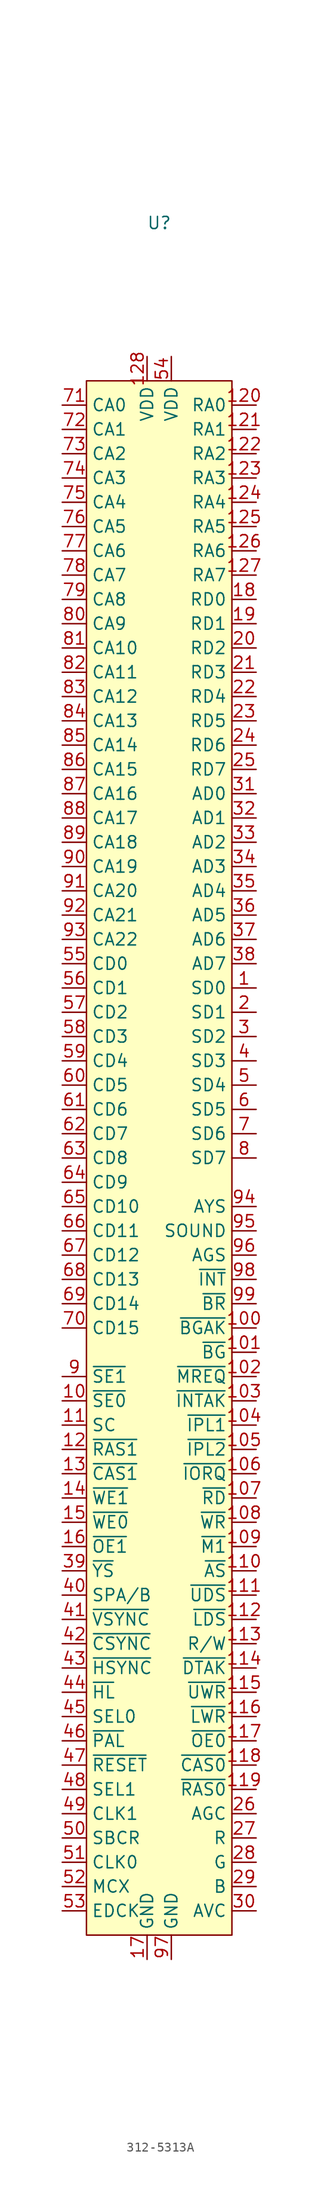
<source format=kicad_sym>
(kicad_symbol_lib
  (version 20220914)
  (generator kicad_symbol_editor)
  (symbol "312-5313A"
    (property "Reference" "U"
      (at 0 19.05 0)
      (effects (font (size 1.27 1.27))))
    (property "Value" ""
      (at 10.16 -60.96 0)
      (effects (font (size 1.27 1.27))))
    (symbol "312-5313A_0_0"
      (pin unspecified line (at 10.16 -60.96 180) (length 2.54) (name "SD0" (effects (font (size 1.27 1.27)))) (number "1" (effects (font (size 1.27 1.27)))))
      (pin unspecified line (at -10.16 -104.14 0) (length 2.54) (name "~{SE0}" (effects (font (size 1.27 1.27)))) (number "10" (effects (font (size 1.27 1.27)))))
      (pin unspecified line (at 10.16 -96.52 180) (length 2.54) (name "~{BGAK}" (effects (font (size 1.27 1.27)))) (number "100" (effects (font (size 1.27 1.27)))))
      (pin unspecified line (at 10.16 -99.06 180) (length 2.54) (name "~{BG}" (effects (font (size 1.27 1.27)))) (number "101" (effects (font (size 1.27 1.27)))))
      (pin unspecified line (at 10.16 -101.6 180) (length 2.54) (name "~{MREQ}" (effects (font (size 1.27 1.27)))) (number "102" (effects (font (size 1.27 1.27)))))
      (pin unspecified line (at 10.16 -104.14 180) (length 2.54) (name "~{INTAK}" (effects (font (size 1.27 1.27)))) (number "103" (effects (font (size 1.27 1.27)))))
      (pin unspecified line (at 10.16 -106.68 180) (length 2.54) (name "~{IPL1}" (effects (font (size 1.27 1.27)))) (number "104" (effects (font (size 1.27 1.27)))))
      (pin unspecified line (at 10.16 -109.22 180) (length 2.54) (name "~{IPL2}" (effects (font (size 1.27 1.27)))) (number "105" (effects (font (size 1.27 1.27)))))
      (pin unspecified line (at 10.16 -111.76 180) (length 2.54) (name "~{IORQ}" (effects (font (size 1.27 1.27)))) (number "106" (effects (font (size 1.27 1.27)))))
      (pin unspecified line (at 10.16 -114.3 180) (length 2.54) (name "~{RD}" (effects (font (size 1.27 1.27)))) (number "107" (effects (font (size 1.27 1.27)))))
      (pin unspecified line (at 10.16 -116.84 180) (length 2.54) (name "~{WR}" (effects (font (size 1.27 1.27)))) (number "108" (effects (font (size 1.27 1.27)))))
      (pin unspecified line (at 10.16 -119.38 180) (length 2.54) (name "~{M1}" (effects (font (size 1.27 1.27)))) (number "109" (effects (font (size 1.27 1.27)))))
      (pin unspecified line (at -10.16 -106.68 0) (length 2.54) (name "SC" (effects (font (size 1.27 1.27)))) (number "11" (effects (font (size 1.27 1.27)))))
      (pin unspecified line (at 10.16 -121.92 180) (length 2.54) (name "~{AS}" (effects (font (size 1.27 1.27)))) (number "110" (effects (font (size 1.27 1.27)))))
      (pin unspecified line (at 10.16 -124.46 180) (length 2.54) (name "~{UDS}" (effects (font (size 1.27 1.27)))) (number "111" (effects (font (size 1.27 1.27)))))
      (pin unspecified line (at 10.16 -127 180) (length 2.54) (name "~{LDS}" (effects (font (size 1.27 1.27)))) (number "112" (effects (font (size 1.27 1.27)))))
      (pin unspecified line (at 10.16 -129.54 180) (length 2.54) (name "R/W" (effects (font (size 1.27 1.27)))) (number "113" (effects (font (size 1.27 1.27)))))
      (pin unspecified line (at 10.16 -132.08 180) (length 2.54) (name "~{DTAK}" (effects (font (size 1.27 1.27)))) (number "114" (effects (font (size 1.27 1.27)))))
      (pin unspecified line (at 10.16 -134.62 180) (length 2.54) (name "~{UWR}" (effects (font (size 1.27 1.27)))) (number "115" (effects (font (size 1.27 1.27)))))
      (pin unspecified line (at 10.16 -137.16 180) (length 2.54) (name "~{LWR}" (effects (font (size 1.27 1.27)))) (number "116" (effects (font (size 1.27 1.27)))))
      (pin unspecified line (at 10.16 -139.7 180) (length 2.54) (name "~{OE0}" (effects (font (size 1.27 1.27)))) (number "117" (effects (font (size 1.27 1.27)))))
      (pin unspecified line (at 10.16 -142.24 180) (length 2.54) (name "~{CAS0}" (effects (font (size 1.27 1.27)))) (number "118" (effects (font (size 1.27 1.27)))))
      (pin unspecified line (at 10.16 -144.78 180) (length 2.54) (name "~{RAS0}" (effects (font (size 1.27 1.27)))) (number "119" (effects (font (size 1.27 1.27)))))
      (pin unspecified line (at -10.16 -109.22 0) (length 2.54) (name "~{RAS1}" (effects (font (size 1.27 1.27)))) (number "12" (effects (font (size 1.27 1.27)))))
      (pin unspecified line (at 10.16 0 180) (length 2.54) (name "RA0" (effects (font (size 1.27 1.27)))) (number "120" (effects (font (size 1.27 1.27)))))
      (pin unspecified line (at 10.16 -2.54 180) (length 2.54) (name "RA1" (effects (font (size 1.27 1.27)))) (number "121" (effects (font (size 1.27 1.27)))))
      (pin unspecified line (at 10.16 -5.08 180) (length 2.54) (name "RA2" (effects (font (size 1.27 1.27)))) (number "122" (effects (font (size 1.27 1.27)))))
      (pin unspecified line (at 10.16 -7.62 180) (length 2.54) (name "RA3" (effects (font (size 1.27 1.27)))) (number "123" (effects (font (size 1.27 1.27)))))
      (pin unspecified line (at 10.16 -10.16 180) (length 2.54) (name "RA4" (effects (font (size 1.27 1.27)))) (number "124" (effects (font (size 1.27 1.27)))))
      (pin unspecified line (at 10.16 -12.7 180) (length 2.54) (name "RA5" (effects (font (size 1.27 1.27)))) (number "125" (effects (font (size 1.27 1.27)))))
      (pin unspecified line (at 10.16 -15.24 180) (length 2.54) (name "RA6" (effects (font (size 1.27 1.27)))) (number "126" (effects (font (size 1.27 1.27)))))
      (pin unspecified line (at 10.16 -17.78 180) (length 2.54) (name "RA7" (effects (font (size 1.27 1.27)))) (number "127" (effects (font (size 1.27 1.27)))))
      (pin unspecified line (at -1.27 5.08 270) (length 2.54) (name "VDD" (effects (font (size 1.27 1.27)))) (number "128" (effects (font (size 1.27 1.27)))))
      (pin unspecified line (at -10.16 -111.76 0) (length 2.54) (name "~{CAS1}" (effects (font (size 1.27 1.27)))) (number "13" (effects (font (size 1.27 1.27)))))
      (pin unspecified line (at -10.16 -114.3 0) (length 2.54) (name "~{WE1}" (effects (font (size 1.27 1.27)))) (number "14" (effects (font (size 1.27 1.27)))))
      (pin unspecified line (at -10.16 -116.84 0) (length 2.54) (name "~{WE0}" (effects (font (size 1.27 1.27)))) (number "15" (effects (font (size 1.27 1.27)))))
      (pin unspecified line (at -10.16 -119.38 0) (length 2.54) (name "~{OE1}" (effects (font (size 1.27 1.27)))) (number "16" (effects (font (size 1.27 1.27)))))
      (pin unspecified line (at -1.27 -162.56 90) (length 2.54) (name "GND" (effects (font (size 1.27 1.27)))) (number "17" (effects (font (size 1.27 1.27)))))
      (pin unspecified line (at 10.16 -20.32 180) (length 2.54) (name "RD0" (effects (font (size 1.27 1.27)))) (number "18" (effects (font (size 1.27 1.27)))))
      (pin unspecified line (at 10.16 -22.86 180) (length 2.54) (name "RD1" (effects (font (size 1.27 1.27)))) (number "19" (effects (font (size 1.27 1.27)))))
      (pin unspecified line (at 10.16 -63.5 180) (length 2.54) (name "SD1" (effects (font (size 1.27 1.27)))) (number "2" (effects (font (size 1.27 1.27)))))
      (pin unspecified line (at 10.16 -25.4 180) (length 2.54) (name "RD2" (effects (font (size 1.27 1.27)))) (number "20" (effects (font (size 1.27 1.27)))))
      (pin unspecified line (at 10.16 -27.94 180) (length 2.54) (name "RD3" (effects (font (size 1.27 1.27)))) (number "21" (effects (font (size 1.27 1.27)))))
      (pin unspecified line (at 10.16 -30.48 180) (length 2.54) (name "RD4" (effects (font (size 1.27 1.27)))) (number "22" (effects (font (size 1.27 1.27)))))
      (pin unspecified line (at 10.16 -33.02 180) (length 2.54) (name "RD5" (effects (font (size 1.27 1.27)))) (number "23" (effects (font (size 1.27 1.27)))))
      (pin unspecified line (at 10.16 -35.56 180) (length 2.54) (name "RD6" (effects (font (size 1.27 1.27)))) (number "24" (effects (font (size 1.27 1.27)))))
      (pin unspecified line (at 10.16 -38.1 180) (length 2.54) (name "RD7" (effects (font (size 1.27 1.27)))) (number "25" (effects (font (size 1.27 1.27)))))
      (pin unspecified line (at 10.16 -147.32 180) (length 2.54) (name "AGC" (effects (font (size 1.27 1.27)))) (number "26" (effects (font (size 1.27 1.27)))))
      (pin unspecified line (at 10.16 -149.86 180) (length 2.54) (name "R" (effects (font (size 1.27 1.27)))) (number "27" (effects (font (size 1.27 1.27)))))
      (pin unspecified line (at 10.16 -152.4 180) (length 2.54) (name "G" (effects (font (size 1.27 1.27)))) (number "28" (effects (font (size 1.27 1.27)))))
      (pin unspecified line (at 10.16 -154.94 180) (length 2.54) (name "B" (effects (font (size 1.27 1.27)))) (number "29" (effects (font (size 1.27 1.27)))))
      (pin unspecified line (at 10.16 -66.04 180) (length 2.54) (name "SD2" (effects (font (size 1.27 1.27)))) (number "3" (effects (font (size 1.27 1.27)))))
      (pin unspecified line (at 10.16 -157.48 180) (length 2.54) (name "AVC" (effects (font (size 1.27 1.27)))) (number "30" (effects (font (size 1.27 1.27)))))
      (pin unspecified line (at 10.16 -40.64 180) (length 2.54) (name "AD0" (effects (font (size 1.27 1.27)))) (number "31" (effects (font (size 1.27 1.27)))))
      (pin unspecified line (at 10.16 -43.18 180) (length 2.54) (name "AD1" (effects (font (size 1.27 1.27)))) (number "32" (effects (font (size 1.27 1.27)))))
      (pin unspecified line (at 10.16 -45.72 180) (length 2.54) (name "AD2" (effects (font (size 1.27 1.27)))) (number "33" (effects (font (size 1.27 1.27)))))
      (pin unspecified line (at 10.16 -48.26 180) (length 2.54) (name "AD3" (effects (font (size 1.27 1.27)))) (number "34" (effects (font (size 1.27 1.27)))))
      (pin unspecified line (at 10.16 -50.8 180) (length 2.54) (name "AD4" (effects (font (size 1.27 1.27)))) (number "35" (effects (font (size 1.27 1.27)))))
      (pin unspecified line (at 10.16 -53.34 180) (length 2.54) (name "AD5" (effects (font (size 1.27 1.27)))) (number "36" (effects (font (size 1.27 1.27)))))
      (pin unspecified line (at 10.16 -55.88 180) (length 2.54) (name "AD6" (effects (font (size 1.27 1.27)))) (number "37" (effects (font (size 1.27 1.27)))))
      (pin unspecified line (at 10.16 -58.42 180) (length 2.54) (name "AD7" (effects (font (size 1.27 1.27)))) (number "38" (effects (font (size 1.27 1.27)))))
      (pin unspecified line (at -10.16 -121.92 0) (length 2.54) (name "~{YS}" (effects (font (size 1.27 1.27)))) (number "39" (effects (font (size 1.27 1.27)))))
      (pin unspecified line (at 10.16 -68.58 180) (length 2.54) (name "SD3" (effects (font (size 1.27 1.27)))) (number "4" (effects (font (size 1.27 1.27)))))
      (pin unspecified line (at -10.16 -124.46 0) (length 2.54) (name "SPA/B" (effects (font (size 1.27 1.27)))) (number "40" (effects (font (size 1.27 1.27)))))
      (pin unspecified line (at -10.16 -127 0) (length 2.54) (name "~{VSYNC}" (effects (font (size 1.27 1.27)))) (number "41" (effects (font (size 1.27 1.27)))))
      (pin unspecified line (at -10.16 -129.54 0) (length 2.54) (name "~{CSYNC}" (effects (font (size 1.27 1.27)))) (number "42" (effects (font (size 1.27 1.27)))))
      (pin unspecified line (at -10.16 -132.08 0) (length 2.54) (name "~{HSYNC}" (effects (font (size 1.27 1.27)))) (number "43" (effects (font (size 1.27 1.27)))))
      (pin unspecified line (at -10.16 -134.62 0) (length 2.54) (name "~{HL}" (effects (font (size 1.27 1.27)))) (number "44" (effects (font (size 1.27 1.27)))))
      (pin unspecified line (at -10.16 -137.16 0) (length 2.54) (name "SEL0" (effects (font (size 1.27 1.27)))) (number "45" (effects (font (size 1.27 1.27)))))
      (pin unspecified line (at -10.16 -139.7 0) (length 2.54) (name "~{PAL}" (effects (font (size 1.27 1.27)))) (number "46" (effects (font (size 1.27 1.27)))))
      (pin unspecified line (at -10.16 -142.24 0) (length 2.54) (name "~{RESET}" (effects (font (size 1.27 1.27)))) (number "47" (effects (font (size 1.27 1.27)))))
      (pin unspecified line (at -10.16 -144.78 0) (length 2.54) (name "SEL1" (effects (font (size 1.27 1.27)))) (number "48" (effects (font (size 1.27 1.27)))))
      (pin unspecified line (at -10.16 -147.32 0) (length 2.54) (name "CLK1" (effects (font (size 1.27 1.27)))) (number "49" (effects (font (size 1.27 1.27)))))
      (pin unspecified line (at 10.16 -71.12 180) (length 2.54) (name "SD4" (effects (font (size 1.27 1.27)))) (number "5" (effects (font (size 1.27 1.27)))))
      (pin unspecified line (at -10.16 -149.86 0) (length 2.54) (name "SBCR" (effects (font (size 1.27 1.27)))) (number "50" (effects (font (size 1.27 1.27)))))
      (pin unspecified line (at -10.16 -152.4 0) (length 2.54) (name "CLK0" (effects (font (size 1.27 1.27)))) (number "51" (effects (font (size 1.27 1.27)))))
      (pin unspecified line (at -10.16 -154.94 0) (length 2.54) (name "MCX" (effects (font (size 1.27 1.27)))) (number "52" (effects (font (size 1.27 1.27)))))
      (pin unspecified line (at -10.16 -157.48 0) (length 2.54) (name "EDCK" (effects (font (size 1.27 1.27)))) (number "53" (effects (font (size 1.27 1.27)))))
      (pin unspecified line (at 1.27 5.08 270) (length 2.54) (name "VDD" (effects (font (size 1.27 1.27)))) (number "54" (effects (font (size 1.27 1.27)))))
      (pin unspecified line (at -10.16 -58.42 0) (length 2.54) (name "CD0" (effects (font (size 1.27 1.27)))) (number "55" (effects (font (size 1.27 1.27)))))
      (pin unspecified line (at -10.16 -60.96 0) (length 2.54) (name "CD1" (effects (font (size 1.27 1.27)))) (number "56" (effects (font (size 1.27 1.27)))))
      (pin unspecified line (at -10.16 -63.5 0) (length 2.54) (name "CD2" (effects (font (size 1.27 1.27)))) (number "57" (effects (font (size 1.27 1.27)))))
      (pin unspecified line (at -10.16 -66.04 0) (length 2.54) (name "CD3" (effects (font (size 1.27 1.27)))) (number "58" (effects (font (size 1.27 1.27)))))
      (pin unspecified line (at -10.16 -68.58 0) (length 2.54) (name "CD4" (effects (font (size 1.27 1.27)))) (number "59" (effects (font (size 1.27 1.27)))))
      (pin unspecified line (at 10.16 -73.66 180) (length 2.54) (name "SD5" (effects (font (size 1.27 1.27)))) (number "6" (effects (font (size 1.27 1.27)))))
      (pin unspecified line (at -10.16 -71.12 0) (length 2.54) (name "CD5" (effects (font (size 1.27 1.27)))) (number "60" (effects (font (size 1.27 1.27)))))
      (pin unspecified line (at -10.16 -73.66 0) (length 2.54) (name "CD6" (effects (font (size 1.27 1.27)))) (number "61" (effects (font (size 1.27 1.27)))))
      (pin unspecified line (at -10.16 -76.2 0) (length 2.54) (name "CD7" (effects (font (size 1.27 1.27)))) (number "62" (effects (font (size 1.27 1.27)))))
      (pin unspecified line (at -10.16 -78.74 0) (length 2.54) (name "CD8" (effects (font (size 1.27 1.27)))) (number "63" (effects (font (size 1.27 1.27)))))
      (pin unspecified line (at -10.16 -81.28 0) (length 2.54) (name "CD9" (effects (font (size 1.27 1.27)))) (number "64" (effects (font (size 1.27 1.27)))))
      (pin unspecified line (at -10.16 -83.82 0) (length 2.54) (name "CD10" (effects (font (size 1.27 1.27)))) (number "65" (effects (font (size 1.27 1.27)))))
      (pin unspecified line (at -10.16 -86.36 0) (length 2.54) (name "CD11" (effects (font (size 1.27 1.27)))) (number "66" (effects (font (size 1.27 1.27)))))
      (pin unspecified line (at -10.16 -88.9 0) (length 2.54) (name "CD12" (effects (font (size 1.27 1.27)))) (number "67" (effects (font (size 1.27 1.27)))))
      (pin unspecified line (at -10.16 -91.44 0) (length 2.54) (name "CD13" (effects (font (size 1.27 1.27)))) (number "68" (effects (font (size 1.27 1.27)))))
      (pin unspecified line (at -10.16 -93.98 0) (length 2.54) (name "CD14" (effects (font (size 1.27 1.27)))) (number "69" (effects (font (size 1.27 1.27)))))
      (pin unspecified line (at 10.16 -76.2 180) (length 2.54) (name "SD6" (effects (font (size 1.27 1.27)))) (number "7" (effects (font (size 1.27 1.27)))))
      (pin unspecified line (at -10.16 -96.52 0) (length 2.54) (name "CD15" (effects (font (size 1.27 1.27)))) (number "70" (effects (font (size 1.27 1.27)))))
      (pin unspecified line (at -10.16 0 0) (length 2.54) (name "CA0" (effects (font (size 1.27 1.27)))) (number "71" (effects (font (size 1.27 1.27)))))
      (pin unspecified line (at -10.16 -2.54 0) (length 2.54) (name "CA1" (effects (font (size 1.27 1.27)))) (number "72" (effects (font (size 1.27 1.27)))))
      (pin unspecified line (at -10.16 -5.08 0) (length 2.54) (name "CA2" (effects (font (size 1.27 1.27)))) (number "73" (effects (font (size 1.27 1.27)))))
      (pin unspecified line (at -10.16 -7.62 0) (length 2.54) (name "CA3" (effects (font (size 1.27 1.27)))) (number "74" (effects (font (size 1.27 1.27)))))
      (pin unspecified line (at -10.16 -10.16 0) (length 2.54) (name "CA4" (effects (font (size 1.27 1.27)))) (number "75" (effects (font (size 1.27 1.27)))))
      (pin unspecified line (at -10.16 -12.7 0) (length 2.54) (name "CA5" (effects (font (size 1.27 1.27)))) (number "76" (effects (font (size 1.27 1.27)))))
      (pin unspecified line (at -10.16 -15.24 0) (length 2.54) (name "CA6" (effects (font (size 1.27 1.27)))) (number "77" (effects (font (size 1.27 1.27)))))
      (pin unspecified line (at -10.16 -17.78 0) (length 2.54) (name "CA7" (effects (font (size 1.27 1.27)))) (number "78" (effects (font (size 1.27 1.27)))))
      (pin unspecified line (at -10.16 -20.32 0) (length 2.54) (name "CA8" (effects (font (size 1.27 1.27)))) (number "79" (effects (font (size 1.27 1.27)))))
      (pin unspecified line (at 10.16 -78.74 180) (length 2.54) (name "SD7" (effects (font (size 1.27 1.27)))) (number "8" (effects (font (size 1.27 1.27)))))
      (pin unspecified line (at -10.16 -22.86 0) (length 2.54) (name "CA9" (effects (font (size 1.27 1.27)))) (number "80" (effects (font (size 1.27 1.27)))))
      (pin unspecified line (at -10.16 -25.4 0) (length 2.54) (name "CA10" (effects (font (size 1.27 1.27)))) (number "81" (effects (font (size 1.27 1.27)))))
      (pin unspecified line (at -10.16 -27.94 0) (length 2.54) (name "CA11" (effects (font (size 1.27 1.27)))) (number "82" (effects (font (size 1.27 1.27)))))
      (pin unspecified line (at -10.16 -30.48 0) (length 2.54) (name "CA12" (effects (font (size 1.27 1.27)))) (number "83" (effects (font (size 1.27 1.27)))))
      (pin unspecified line (at -10.16 -33.02 0) (length 2.54) (name "CA13" (effects (font (size 1.27 1.27)))) (number "84" (effects (font (size 1.27 1.27)))))
      (pin unspecified line (at -10.16 -35.56 0) (length 2.54) (name "CA14" (effects (font (size 1.27 1.27)))) (number "85" (effects (font (size 1.27 1.27)))))
      (pin unspecified line (at -10.16 -38.1 0) (length 2.54) (name "CA15" (effects (font (size 1.27 1.27)))) (number "86" (effects (font (size 1.27 1.27)))))
      (pin unspecified line (at -10.16 -40.64 0) (length 2.54) (name "CA16" (effects (font (size 1.27 1.27)))) (number "87" (effects (font (size 1.27 1.27)))))
      (pin unspecified line (at -10.16 -43.18 0) (length 2.54) (name "CA17" (effects (font (size 1.27 1.27)))) (number "88" (effects (font (size 1.27 1.27)))))
      (pin unspecified line (at -10.16 -45.72 0) (length 2.54) (name "CA18" (effects (font (size 1.27 1.27)))) (number "89" (effects (font (size 1.27 1.27)))))
      (pin unspecified line (at -10.16 -101.6 0) (length 2.54) (name "~{SE1}" (effects (font (size 1.27 1.27)))) (number "9" (effects (font (size 1.27 1.27)))))
      (pin unspecified line (at -10.16 -48.26 0) (length 2.54) (name "CA19" (effects (font (size 1.27 1.27)))) (number "90" (effects (font (size 1.27 1.27)))))
      (pin unspecified line (at -10.16 -50.8 0) (length 2.54) (name "CA20" (effects (font (size 1.27 1.27)))) (number "91" (effects (font (size 1.27 1.27)))))
      (pin unspecified line (at -10.16 -53.34 0) (length 2.54) (name "CA21" (effects (font (size 1.27 1.27)))) (number "92" (effects (font (size 1.27 1.27)))))
      (pin unspecified line (at -10.16 -55.88 0) (length 2.54) (name "CA22" (effects (font (size 1.27 1.27)))) (number "93" (effects (font (size 1.27 1.27)))))
      (pin unspecified line (at 10.16 -83.82 180) (length 2.54) (name "AYS" (effects (font (size 1.27 1.27)))) (number "94" (effects (font (size 1.27 1.27)))))
      (pin unspecified line (at 10.16 -86.36 180) (length 2.54) (name "SOUND" (effects (font (size 1.27 1.27)))) (number "95" (effects (font (size 1.27 1.27)))))
      (pin unspecified line (at 10.16 -88.9 180) (length 2.54) (name "AGS" (effects (font (size 1.27 1.27)))) (number "96" (effects (font (size 1.27 1.27)))))
      (pin unspecified line (at 1.27 -162.56 90) (length 2.54) (name "GND" (effects (font (size 1.27 1.27)))) (number "97" (effects (font (size 1.27 1.27)))))
      (pin unspecified line (at 10.16 -91.44 180) (length 2.54) (name "~{INT}" (effects (font (size 1.27 1.27)))) (number "98" (effects (font (size 1.27 1.27)))))
      (pin unspecified line (at 10.16 -93.98 180) (length 2.54) (name "~{BR}" (effects (font (size 1.27 1.27)))) (number "99" (effects (font (size 1.27 1.27))))))
    (symbol "312-5313A_1_1"
      (rectangle (start -7.62 2.54) (end 7.62 -160.02) (stroke (width 0) (type default)) (fill (type background))))))
</source>
